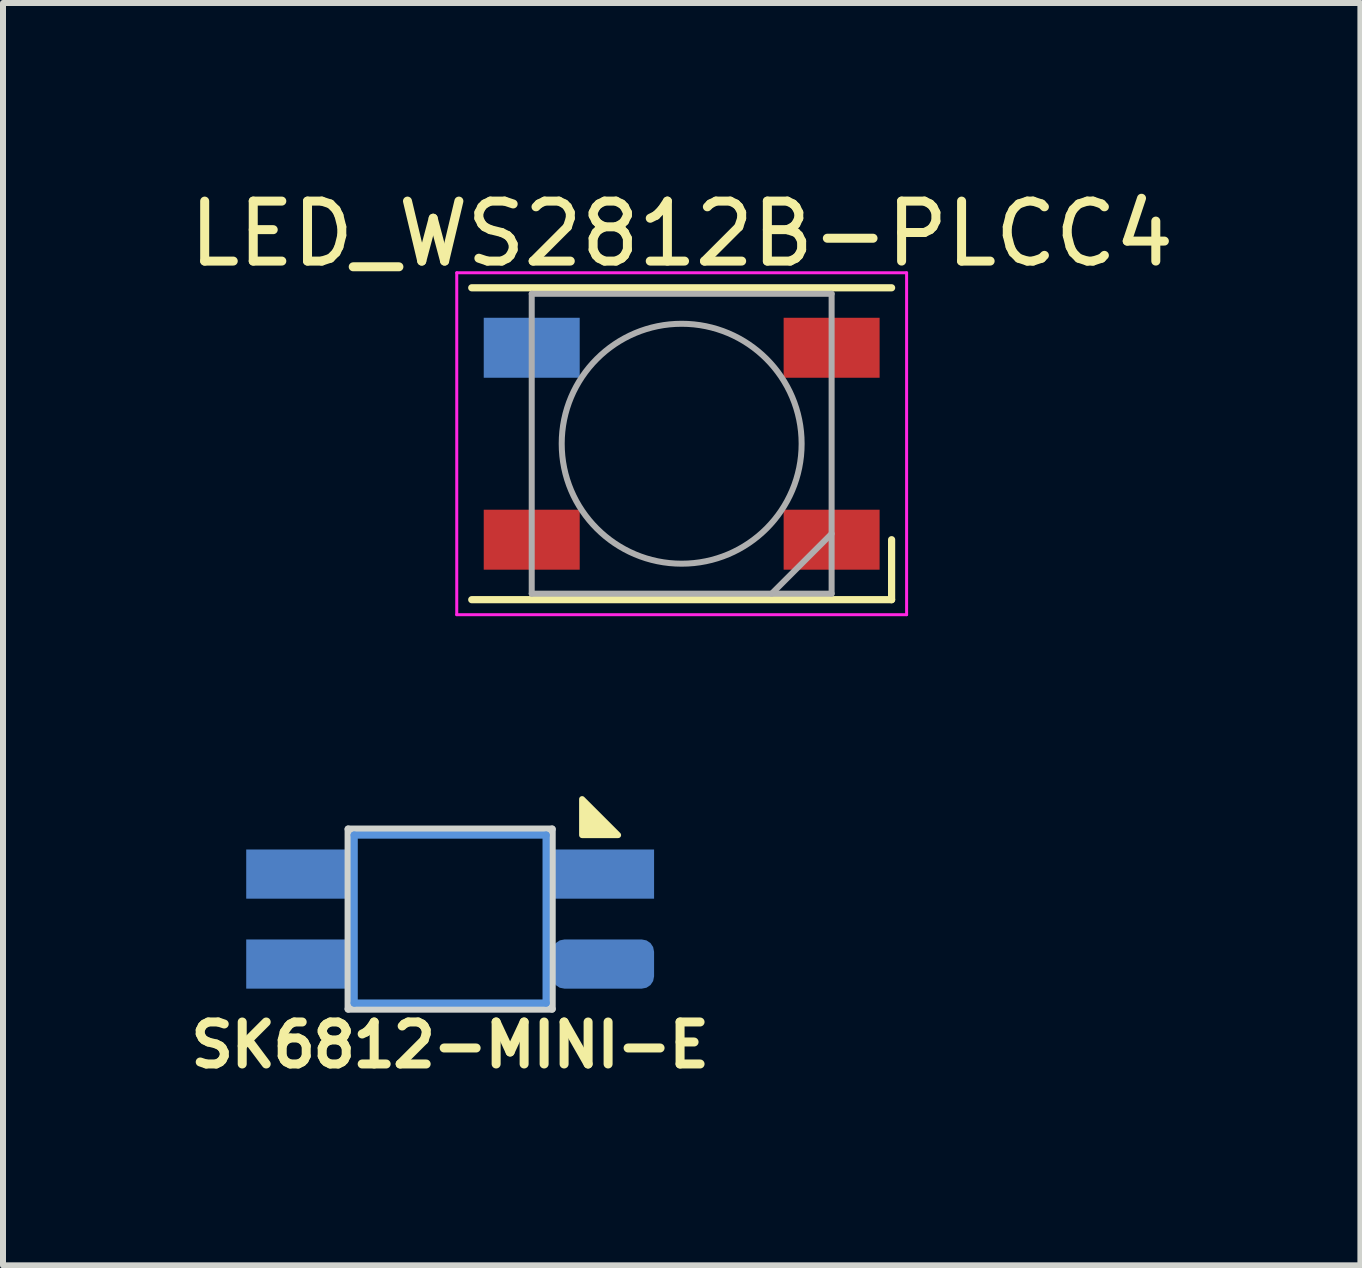
<source format=kicad_pcb>
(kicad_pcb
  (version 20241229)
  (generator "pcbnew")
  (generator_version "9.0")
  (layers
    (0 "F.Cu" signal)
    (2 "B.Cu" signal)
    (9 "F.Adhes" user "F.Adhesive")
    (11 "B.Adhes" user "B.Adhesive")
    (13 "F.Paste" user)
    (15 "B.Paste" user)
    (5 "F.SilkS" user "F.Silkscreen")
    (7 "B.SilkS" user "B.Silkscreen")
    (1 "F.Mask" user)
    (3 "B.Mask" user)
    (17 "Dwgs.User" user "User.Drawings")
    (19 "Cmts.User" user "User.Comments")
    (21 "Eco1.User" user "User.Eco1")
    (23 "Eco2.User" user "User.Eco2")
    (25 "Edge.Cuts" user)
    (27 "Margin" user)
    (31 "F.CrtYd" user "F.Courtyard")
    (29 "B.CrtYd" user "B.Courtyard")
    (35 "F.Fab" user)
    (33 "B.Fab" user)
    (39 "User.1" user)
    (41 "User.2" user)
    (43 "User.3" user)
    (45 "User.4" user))
  (footprint "SK6812-MINI-E"
    (layer "F.Cu")
    (at 4.455 12.273)
    (property "Reference" "SK6812-MINI-E" (at 0 2.1 0) (unlocked yes) (layer "F.SilkS") (effects (font (size 0.7 0.7) (thickness 0.15))))
    (attr through_hole)
    (fp_poly (pts (xy 2.8 -1.4) (xy 2.2 -1.4) (xy 2.2 -2)) (stroke (width 0.1) (type solid)) (fill yes) (layer "F.SilkS"))
    (fp_line (start -1.6 -1.4) (end 1.6 -1.4) (stroke (width 0.12) (type solid)) (layer "Cmts.User"))
    (fp_line (start -1.6 1.4) (end -1.6 -1.4) (stroke (width 0.12) (type solid)) (layer "Cmts.User"))
    (fp_line (start 1.6 -1.4) (end 1.6 1.4) (stroke (width 0.12) (type solid)) (layer "Cmts.User"))
    (fp_line (start 1.6 1.4) (end -1.6 1.4) (stroke (width 0.12) (type solid)) (layer "Cmts.User"))
    (fp_line (start -1.7 -1.5) (end 1.7 -1.5) (stroke (width 0.12) (type solid)) (layer "Edge.Cuts"))
    (fp_line (start -1.7 1.5) (end -1.7 -1.5) (stroke (width 0.12) (type solid)) (layer "Edge.Cuts"))
    (fp_line (start 1.7 -1.5) (end 1.7 1.5) (stroke (width 0.12) (type solid)) (layer "Edge.Cuts"))
    (fp_line (start 1.7 1.5) (end -1.7 1.5) (stroke (width 0.12) (type solid)) (layer "Edge.Cuts"))
    (pad "1" smd rect (at -2.55 -0.75) (size 1.7 0.82) (layers "F.Mask" "B.Cu" "F.Paste"))
    (pad "2" smd rect (at -2.55 0.75) (size 1.7 0.82) (layers "F.Mask" "B.Cu" "F.Paste"))
    (pad "3" smd roundrect (at 2.55 0.75) (size 1.7 0.82) (layers "F.Mask" "B.Cu" "F.Paste") (roundrect_rratio 0.25))
    (pad "4" smd rect (at 2.55 -0.75) (size 1.7 0.82) (layers "F.Mask" "B.Cu" "F.Paste")))
  (footprint "LED_WS2812B-PLCC4"
    (layer "F.Cu")
    (at 8.315 4.348)
    (property "Reference" "LED_WS2812B-PLCC4" (at 0 -3.5 0) (layer "F.SilkS") (effects (font (size 1 1) (thickness 0.15))))
    (attr smd)
    (fp_line (start -3.5 -2.6) (end 3.5 -2.6) (stroke (width 0.12) (type solid)) (layer "F.SilkS"))
    (fp_line (start -3.5 2.6) (end 3.5 2.6) (stroke (width 0.12) (type solid)) (layer "F.SilkS"))
    (fp_line (start 3.5 2.6) (end 3.5 1.6) (stroke (width 0.12) (type solid)) (layer "F.SilkS"))
    (fp_line (start -3.75 -2.85) (end -3.75 2.85) (stroke (width 0.05) (type solid)) (layer "F.CrtYd"))
    (fp_line (start -3.75 2.85) (end 3.75 2.85) (stroke (width 0.05) (type solid)) (layer "F.CrtYd"))
    (fp_line (start 3.75 -2.85) (end -3.75 -2.85) (stroke (width 0.05) (type solid)) (layer "F.CrtYd"))
    (fp_line (start 3.75 2.85) (end 3.75 -2.85) (stroke (width 0.05) (type solid)) (layer "F.CrtYd"))
    (fp_line (start -2.5 -2.5) (end -2.5 2.5) (stroke (width 0.1) (type solid)) (layer "F.Fab"))
    (fp_line (start -2.5 2.5) (end 2.5 2.5) (stroke (width 0.1) (type solid)) (layer "F.Fab"))
    (fp_line (start 2.5 -2.5) (end -2.5 -2.5) (stroke (width 0.1) (type solid)) (layer "F.Fab"))
    (fp_line (start 2.5 1.5) (end 1.5 2.5) (stroke (width 0.1) (type solid)) (layer "F.Fab"))
    (fp_line (start 2.5 2.5) (end 2.5 -2.5) (stroke (width 0.1) (type solid)) (layer "F.Fab"))
    (fp_circle (center 0 0) (end 0 -2) (stroke (width 0.1) (type solid)) (fill no) (layer "F.Fab"))
    (pad "1" smd rect (at -2.5 -1.6) (size 1.6 1) (layers "F.Mask" "B.Cu" "F.Paste"))
    (pad "2" smd rect (at -2.5 1.6) (size 1.6 1) (layers "F.Cu" "F.Mask" "F.Paste"))
    (pad "3" smd rect (at 2.5 1.6) (size 1.6 1) (layers "F.Cu" "F.Mask" "F.Paste"))
    (pad "4" smd rect (at 2.5 -1.6) (size 1.6 1) (layers "F.Cu" "F.Mask" "F.Paste")))
  (gr_rect
    (start -3 -3)
    (end 19.631 18.046)
    (stroke (width 0.1) (type default))
    (fill no)
    (layer "Edge.Cuts")))
</source>
